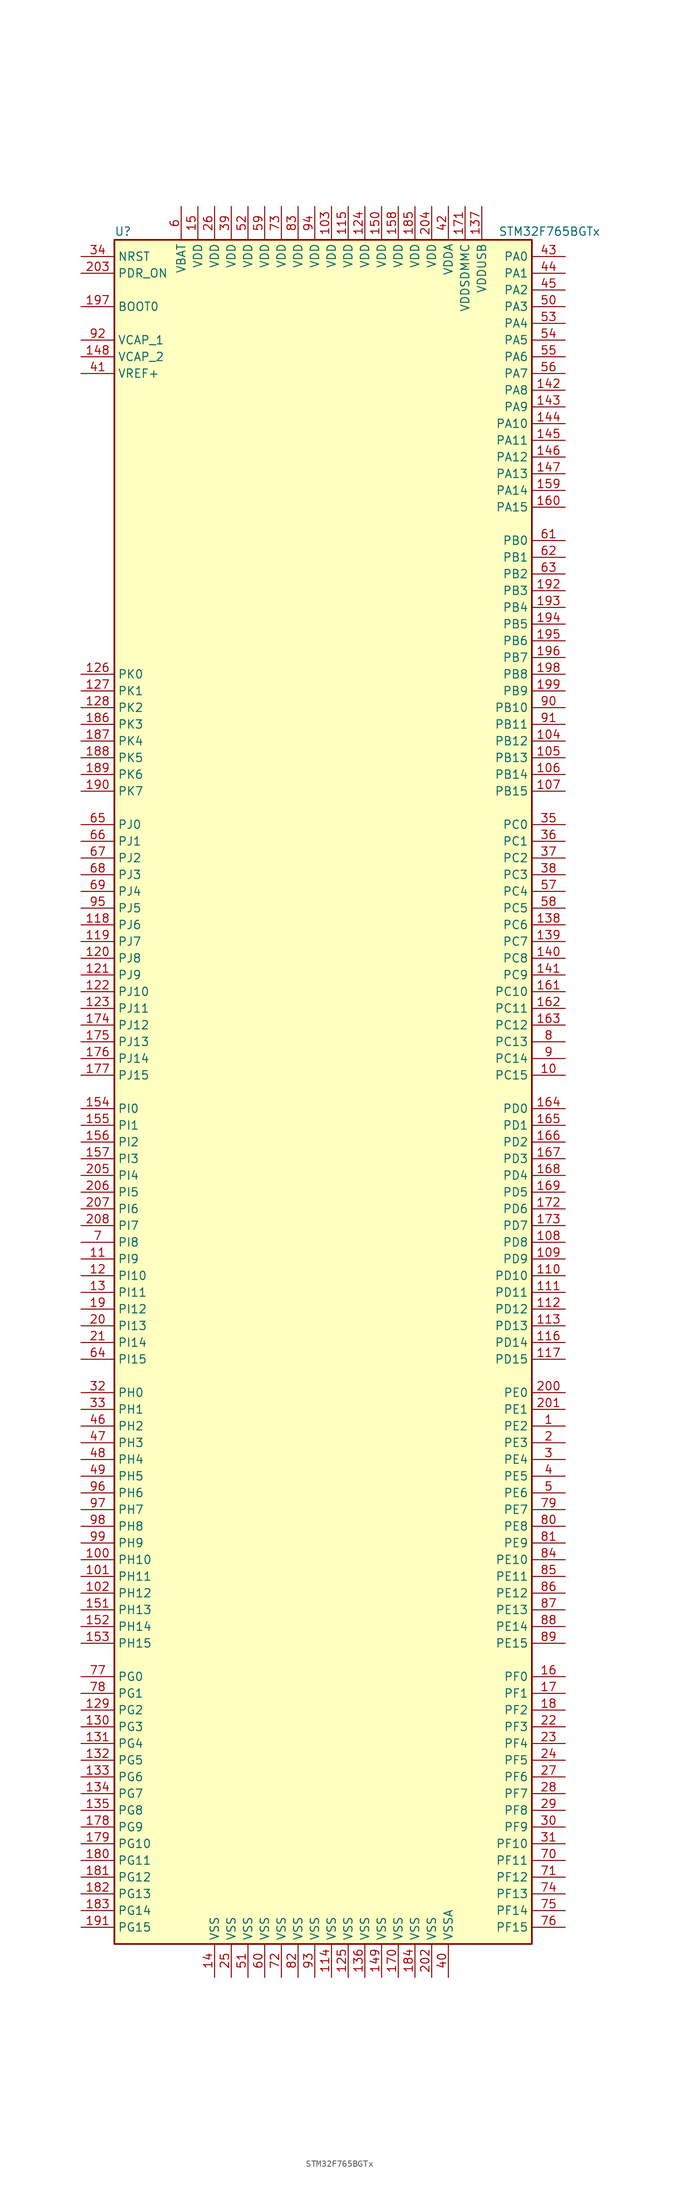
<source format=kicad_sym>
(kicad_symbol_lib
  (version 20201005)
  (generator kicad_symbol_editor)
  (symbol "STM32F765BGTx"
    (property "Reference" "U"
      (at -33.02 130.81 0)
      (effects (font (size 1.27 1.27)) (justify left)))
    (property "Value" "STM32F765BGTx"
      (at 25.4 130.81 0)
      (effects (font (size 1.27 1.27)) (justify left)))
    (symbol "STM32F765BGTx_0_1"
      (rectangle (start -33.02 -129.54) (end 30.48 129.54) (stroke (width 0.254)) (fill (type background))))
    (symbol "STM32F765BGTx_1_1"
      (pin bidirectional line (at 35.56 -50.8 180) (length 5.08) (name "PE2" (effects (font (size 1.27 1.27)))) (number "1" (effects (font (size 1.27 1.27)))))
      (pin bidirectional line (at 35.56 2.54 180) (length 5.08) (name "PC15" (effects (font (size 1.27 1.27)))) (number "10" (effects (font (size 1.27 1.27)))))
      (pin bidirectional line (at -38.1 -71.12 0) (length 5.08) (name "PH10" (effects (font (size 1.27 1.27)))) (number "100" (effects (font (size 1.27 1.27)))))
      (pin bidirectional line (at -38.1 -73.66 0) (length 5.08) (name "PH11" (effects (font (size 1.27 1.27)))) (number "101" (effects (font (size 1.27 1.27)))))
      (pin bidirectional line (at -38.1 -76.2 0) (length 5.08) (name "PH12" (effects (font (size 1.27 1.27)))) (number "102" (effects (font (size 1.27 1.27)))))
      (pin power_in line (at 0 134.62 270) (length 5.08) (name "VDD" (effects (font (size 1.27 1.27)))) (number "103" (effects (font (size 1.27 1.27)))))
      (pin bidirectional line (at 35.56 53.34 180) (length 5.08) (name "PB12" (effects (font (size 1.27 1.27)))) (number "104" (effects (font (size 1.27 1.27)))))
      (pin bidirectional line (at 35.56 50.8 180) (length 5.08) (name "PB13" (effects (font (size 1.27 1.27)))) (number "105" (effects (font (size 1.27 1.27)))))
      (pin bidirectional line (at 35.56 48.26 180) (length 5.08) (name "PB14" (effects (font (size 1.27 1.27)))) (number "106" (effects (font (size 1.27 1.27)))))
      (pin bidirectional line (at 35.56 45.72 180) (length 5.08) (name "PB15" (effects (font (size 1.27 1.27)))) (number "107" (effects (font (size 1.27 1.27)))))
      (pin bidirectional line (at 35.56 -22.86 180) (length 5.08) (name "PD8" (effects (font (size 1.27 1.27)))) (number "108" (effects (font (size 1.27 1.27)))))
      (pin bidirectional line (at 35.56 -25.4 180) (length 5.08) (name "PD9" (effects (font (size 1.27 1.27)))) (number "109" (effects (font (size 1.27 1.27)))))
      (pin bidirectional line (at -38.1 -25.4 0) (length 5.08) (name "PI9" (effects (font (size 1.27 1.27)))) (number "11" (effects (font (size 1.27 1.27)))))
      (pin bidirectional line (at 35.56 -27.94 180) (length 5.08) (name "PD10" (effects (font (size 1.27 1.27)))) (number "110" (effects (font (size 1.27 1.27)))))
      (pin bidirectional line (at 35.56 -30.48 180) (length 5.08) (name "PD11" (effects (font (size 1.27 1.27)))) (number "111" (effects (font (size 1.27 1.27)))))
      (pin bidirectional line (at 35.56 -33.02 180) (length 5.08) (name "PD12" (effects (font (size 1.27 1.27)))) (number "112" (effects (font (size 1.27 1.27)))))
      (pin bidirectional line (at 35.56 -35.56 180) (length 5.08) (name "PD13" (effects (font (size 1.27 1.27)))) (number "113" (effects (font (size 1.27 1.27)))))
      (pin power_in line (at 0 -134.62 90) (length 5.08) (name "VSS" (effects (font (size 1.27 1.27)))) (number "114" (effects (font (size 1.27 1.27)))))
      (pin power_in line (at 2.54 134.62 270) (length 5.08) (name "VDD" (effects (font (size 1.27 1.27)))) (number "115" (effects (font (size 1.27 1.27)))))
      (pin bidirectional line (at 35.56 -38.1 180) (length 5.08) (name "PD14" (effects (font (size 1.27 1.27)))) (number "116" (effects (font (size 1.27 1.27)))))
      (pin bidirectional line (at 35.56 -40.64 180) (length 5.08) (name "PD15" (effects (font (size 1.27 1.27)))) (number "117" (effects (font (size 1.27 1.27)))))
      (pin bidirectional line (at -38.1 25.4 0) (length 5.08) (name "PJ6" (effects (font (size 1.27 1.27)))) (number "118" (effects (font (size 1.27 1.27)))))
      (pin bidirectional line (at -38.1 22.86 0) (length 5.08) (name "PJ7" (effects (font (size 1.27 1.27)))) (number "119" (effects (font (size 1.27 1.27)))))
      (pin bidirectional line (at -38.1 -27.94 0) (length 5.08) (name "PI10" (effects (font (size 1.27 1.27)))) (number "12" (effects (font (size 1.27 1.27)))))
      (pin bidirectional line (at -38.1 20.32 0) (length 5.08) (name "PJ8" (effects (font (size 1.27 1.27)))) (number "120" (effects (font (size 1.27 1.27)))))
      (pin bidirectional line (at -38.1 17.78 0) (length 5.08) (name "PJ9" (effects (font (size 1.27 1.27)))) (number "121" (effects (font (size 1.27 1.27)))))
      (pin bidirectional line (at -38.1 15.24 0) (length 5.08) (name "PJ10" (effects (font (size 1.27 1.27)))) (number "122" (effects (font (size 1.27 1.27)))))
      (pin bidirectional line (at -38.1 12.7 0) (length 5.08) (name "PJ11" (effects (font (size 1.27 1.27)))) (number "123" (effects (font (size 1.27 1.27)))))
      (pin power_in line (at 5.08 134.62 270) (length 5.08) (name "VDD" (effects (font (size 1.27 1.27)))) (number "124" (effects (font (size 1.27 1.27)))))
      (pin power_in line (at 2.54 -134.62 90) (length 5.08) (name "VSS" (effects (font (size 1.27 1.27)))) (number "125" (effects (font (size 1.27 1.27)))))
      (pin bidirectional line (at -38.1 63.5 0) (length 5.08) (name "PK0" (effects (font (size 1.27 1.27)))) (number "126" (effects (font (size 1.27 1.27)))))
      (pin bidirectional line (at -38.1 60.96 0) (length 5.08) (name "PK1" (effects (font (size 1.27 1.27)))) (number "127" (effects (font (size 1.27 1.27)))))
      (pin bidirectional line (at -38.1 58.42 0) (length 5.08) (name "PK2" (effects (font (size 1.27 1.27)))) (number "128" (effects (font (size 1.27 1.27)))))
      (pin bidirectional line (at -38.1 -93.98 0) (length 5.08) (name "PG2" (effects (font (size 1.27 1.27)))) (number "129" (effects (font (size 1.27 1.27)))))
      (pin bidirectional line (at -38.1 -30.48 0) (length 5.08) (name "PI11" (effects (font (size 1.27 1.27)))) (number "13" (effects (font (size 1.27 1.27)))))
      (pin bidirectional line (at -38.1 -96.52 0) (length 5.08) (name "PG3" (effects (font (size 1.27 1.27)))) (number "130" (effects (font (size 1.27 1.27)))))
      (pin bidirectional line (at -38.1 -99.06 0) (length 5.08) (name "PG4" (effects (font (size 1.27 1.27)))) (number "131" (effects (font (size 1.27 1.27)))))
      (pin bidirectional line (at -38.1 -101.6 0) (length 5.08) (name "PG5" (effects (font (size 1.27 1.27)))) (number "132" (effects (font (size 1.27 1.27)))))
      (pin bidirectional line (at -38.1 -104.14 0) (length 5.08) (name "PG6" (effects (font (size 1.27 1.27)))) (number "133" (effects (font (size 1.27 1.27)))))
      (pin bidirectional line (at -38.1 -106.68 0) (length 5.08) (name "PG7" (effects (font (size 1.27 1.27)))) (number "134" (effects (font (size 1.27 1.27)))))
      (pin bidirectional line (at -38.1 -109.22 0) (length 5.08) (name "PG8" (effects (font (size 1.27 1.27)))) (number "135" (effects (font (size 1.27 1.27)))))
      (pin power_in line (at 5.08 -134.62 90) (length 5.08) (name "VSS" (effects (font (size 1.27 1.27)))) (number "136" (effects (font (size 1.27 1.27)))))
      (pin power_in line (at 22.86 134.62 270) (length 5.08) (name "VDDUSB" (effects (font (size 1.27 1.27)))) (number "137" (effects (font (size 1.27 1.27)))))
      (pin bidirectional line (at 35.56 25.4 180) (length 5.08) (name "PC6" (effects (font (size 1.27 1.27)))) (number "138" (effects (font (size 1.27 1.27)))))
      (pin bidirectional line (at 35.56 22.86 180) (length 5.08) (name "PC7" (effects (font (size 1.27 1.27)))) (number "139" (effects (font (size 1.27 1.27)))))
      (pin power_in line (at -17.78 -134.62 90) (length 5.08) (name "VSS" (effects (font (size 1.27 1.27)))) (number "14" (effects (font (size 1.27 1.27)))))
      (pin bidirectional line (at 35.56 20.32 180) (length 5.08) (name "PC8" (effects (font (size 1.27 1.27)))) (number "140" (effects (font (size 1.27 1.27)))))
      (pin bidirectional line (at 35.56 17.78 180) (length 5.08) (name "PC9" (effects (font (size 1.27 1.27)))) (number "141" (effects (font (size 1.27 1.27)))))
      (pin bidirectional line (at 35.56 106.68 180) (length 5.08) (name "PA8" (effects (font (size 1.27 1.27)))) (number "142" (effects (font (size 1.27 1.27)))))
      (pin bidirectional line (at 35.56 104.14 180) (length 5.08) (name "PA9" (effects (font (size 1.27 1.27)))) (number "143" (effects (font (size 1.27 1.27)))))
      (pin bidirectional line (at 35.56 101.6 180) (length 5.08) (name "PA10" (effects (font (size 1.27 1.27)))) (number "144" (effects (font (size 1.27 1.27)))))
      (pin bidirectional line (at 35.56 99.06 180) (length 5.08) (name "PA11" (effects (font (size 1.27 1.27)))) (number "145" (effects (font (size 1.27 1.27)))))
      (pin bidirectional line (at 35.56 96.52 180) (length 5.08) (name "PA12" (effects (font (size 1.27 1.27)))) (number "146" (effects (font (size 1.27 1.27)))))
      (pin bidirectional line (at 35.56 93.98 180) (length 5.08) (name "PA13" (effects (font (size 1.27 1.27)))) (number "147" (effects (font (size 1.27 1.27)))))
      (pin power_in line (at -38.1 111.76 0) (length 5.08) (name "VCAP_2" (effects (font (size 1.27 1.27)))) (number "148" (effects (font (size 1.27 1.27)))))
      (pin power_in line (at 7.62 -134.62 90) (length 5.08) (name "VSS" (effects (font (size 1.27 1.27)))) (number "149" (effects (font (size 1.27 1.27)))))
      (pin power_in line (at -20.32 134.62 270) (length 5.08) (name "VDD" (effects (font (size 1.27 1.27)))) (number "15" (effects (font (size 1.27 1.27)))))
      (pin power_in line (at 7.62 134.62 270) (length 5.08) (name "VDD" (effects (font (size 1.27 1.27)))) (number "150" (effects (font (size 1.27 1.27)))))
      (pin bidirectional line (at -38.1 -78.74 0) (length 5.08) (name "PH13" (effects (font (size 1.27 1.27)))) (number "151" (effects (font (size 1.27 1.27)))))
      (pin bidirectional line (at -38.1 -81.28 0) (length 5.08) (name "PH14" (effects (font (size 1.27 1.27)))) (number "152" (effects (font (size 1.27 1.27)))))
      (pin bidirectional line (at -38.1 -83.82 0) (length 5.08) (name "PH15" (effects (font (size 1.27 1.27)))) (number "153" (effects (font (size 1.27 1.27)))))
      (pin bidirectional line (at -38.1 -2.54 0) (length 5.08) (name "PI0" (effects (font (size 1.27 1.27)))) (number "154" (effects (font (size 1.27 1.27)))))
      (pin bidirectional line (at -38.1 -5.08 0) (length 5.08) (name "PI1" (effects (font (size 1.27 1.27)))) (number "155" (effects (font (size 1.27 1.27)))))
      (pin bidirectional line (at -38.1 -7.62 0) (length 5.08) (name "PI2" (effects (font (size 1.27 1.27)))) (number "156" (effects (font (size 1.27 1.27)))))
      (pin bidirectional line (at -38.1 -10.16 0) (length 5.08) (name "PI3" (effects (font (size 1.27 1.27)))) (number "157" (effects (font (size 1.27 1.27)))))
      (pin power_in line (at 10.16 134.62 270) (length 5.08) (name "VDD" (effects (font (size 1.27 1.27)))) (number "158" (effects (font (size 1.27 1.27)))))
      (pin bidirectional line (at 35.56 91.44 180) (length 5.08) (name "PA14" (effects (font (size 1.27 1.27)))) (number "159" (effects (font (size 1.27 1.27)))))
      (pin bidirectional line (at 35.56 -88.9 180) (length 5.08) (name "PF0" (effects (font (size 1.27 1.27)))) (number "16" (effects (font (size 1.27 1.27)))))
      (pin bidirectional line (at 35.56 88.9 180) (length 5.08) (name "PA15" (effects (font (size 1.27 1.27)))) (number "160" (effects (font (size 1.27 1.27)))))
      (pin bidirectional line (at 35.56 15.24 180) (length 5.08) (name "PC10" (effects (font (size 1.27 1.27)))) (number "161" (effects (font (size 1.27 1.27)))))
      (pin bidirectional line (at 35.56 12.7 180) (length 5.08) (name "PC11" (effects (font (size 1.27 1.27)))) (number "162" (effects (font (size 1.27 1.27)))))
      (pin bidirectional line (at 35.56 10.16 180) (length 5.08) (name "PC12" (effects (font (size 1.27 1.27)))) (number "163" (effects (font (size 1.27 1.27)))))
      (pin bidirectional line (at 35.56 -2.54 180) (length 5.08) (name "PD0" (effects (font (size 1.27 1.27)))) (number "164" (effects (font (size 1.27 1.27)))))
      (pin bidirectional line (at 35.56 -5.08 180) (length 5.08) (name "PD1" (effects (font (size 1.27 1.27)))) (number "165" (effects (font (size 1.27 1.27)))))
      (pin bidirectional line (at 35.56 -7.62 180) (length 5.08) (name "PD2" (effects (font (size 1.27 1.27)))) (number "166" (effects (font (size 1.27 1.27)))))
      (pin bidirectional line (at 35.56 -10.16 180) (length 5.08) (name "PD3" (effects (font (size 1.27 1.27)))) (number "167" (effects (font (size 1.27 1.27)))))
      (pin bidirectional line (at 35.56 -12.7 180) (length 5.08) (name "PD4" (effects (font (size 1.27 1.27)))) (number "168" (effects (font (size 1.27 1.27)))))
      (pin bidirectional line (at 35.56 -15.24 180) (length 5.08) (name "PD5" (effects (font (size 1.27 1.27)))) (number "169" (effects (font (size 1.27 1.27)))))
      (pin bidirectional line (at 35.56 -91.44 180) (length 5.08) (name "PF1" (effects (font (size 1.27 1.27)))) (number "17" (effects (font (size 1.27 1.27)))))
      (pin power_in line (at 10.16 -134.62 90) (length 5.08) (name "VSS" (effects (font (size 1.27 1.27)))) (number "170" (effects (font (size 1.27 1.27)))))
      (pin power_in line (at 20.32 134.62 270) (length 5.08) (name "VDDSDMMC" (effects (font (size 1.27 1.27)))) (number "171" (effects (font (size 1.27 1.27)))))
      (pin bidirectional line (at 35.56 -17.78 180) (length 5.08) (name "PD6" (effects (font (size 1.27 1.27)))) (number "172" (effects (font (size 1.27 1.27)))))
      (pin bidirectional line (at 35.56 -20.32 180) (length 5.08) (name "PD7" (effects (font (size 1.27 1.27)))) (number "173" (effects (font (size 1.27 1.27)))))
      (pin bidirectional line (at -38.1 10.16 0) (length 5.08) (name "PJ12" (effects (font (size 1.27 1.27)))) (number "174" (effects (font (size 1.27 1.27)))))
      (pin bidirectional line (at -38.1 7.62 0) (length 5.08) (name "PJ13" (effects (font (size 1.27 1.27)))) (number "175" (effects (font (size 1.27 1.27)))))
      (pin bidirectional line (at -38.1 5.08 0) (length 5.08) (name "PJ14" (effects (font (size 1.27 1.27)))) (number "176" (effects (font (size 1.27 1.27)))))
      (pin bidirectional line (at -38.1 2.54 0) (length 5.08) (name "PJ15" (effects (font (size 1.27 1.27)))) (number "177" (effects (font (size 1.27 1.27)))))
      (pin bidirectional line (at -38.1 -111.76 0) (length 5.08) (name "PG9" (effects (font (size 1.27 1.27)))) (number "178" (effects (font (size 1.27 1.27)))))
      (pin bidirectional line (at -38.1 -114.3 0) (length 5.08) (name "PG10" (effects (font (size 1.27 1.27)))) (number "179" (effects (font (size 1.27 1.27)))))
      (pin bidirectional line (at 35.56 -93.98 180) (length 5.08) (name "PF2" (effects (font (size 1.27 1.27)))) (number "18" (effects (font (size 1.27 1.27)))))
      (pin bidirectional line (at -38.1 -116.84 0) (length 5.08) (name "PG11" (effects (font (size 1.27 1.27)))) (number "180" (effects (font (size 1.27 1.27)))))
      (pin bidirectional line (at -38.1 -119.38 0) (length 5.08) (name "PG12" (effects (font (size 1.27 1.27)))) (number "181" (effects (font (size 1.27 1.27)))))
      (pin bidirectional line (at -38.1 -121.92 0) (length 5.08) (name "PG13" (effects (font (size 1.27 1.27)))) (number "182" (effects (font (size 1.27 1.27)))))
      (pin bidirectional line (at -38.1 -124.46 0) (length 5.08) (name "PG14" (effects (font (size 1.27 1.27)))) (number "183" (effects (font (size 1.27 1.27)))))
      (pin power_in line (at 12.7 -134.62 90) (length 5.08) (name "VSS" (effects (font (size 1.27 1.27)))) (number "184" (effects (font (size 1.27 1.27)))))
      (pin power_in line (at 12.7 134.62 270) (length 5.08) (name "VDD" (effects (font (size 1.27 1.27)))) (number "185" (effects (font (size 1.27 1.27)))))
      (pin bidirectional line (at -38.1 55.88 0) (length 5.08) (name "PK3" (effects (font (size 1.27 1.27)))) (number "186" (effects (font (size 1.27 1.27)))))
      (pin bidirectional line (at -38.1 53.34 0) (length 5.08) (name "PK4" (effects (font (size 1.27 1.27)))) (number "187" (effects (font (size 1.27 1.27)))))
      (pin bidirectional line (at -38.1 50.8 0) (length 5.08) (name "PK5" (effects (font (size 1.27 1.27)))) (number "188" (effects (font (size 1.27 1.27)))))
      (pin bidirectional line (at -38.1 48.26 0) (length 5.08) (name "PK6" (effects (font (size 1.27 1.27)))) (number "189" (effects (font (size 1.27 1.27)))))
      (pin bidirectional line (at -38.1 -33.02 0) (length 5.08) (name "PI12" (effects (font (size 1.27 1.27)))) (number "19" (effects (font (size 1.27 1.27)))))
      (pin bidirectional line (at -38.1 45.72 0) (length 5.08) (name "PK7" (effects (font (size 1.27 1.27)))) (number "190" (effects (font (size 1.27 1.27)))))
      (pin bidirectional line (at -38.1 -127 0) (length 5.08) (name "PG15" (effects (font (size 1.27 1.27)))) (number "191" (effects (font (size 1.27 1.27)))))
      (pin bidirectional line (at 35.56 76.2 180) (length 5.08) (name "PB3" (effects (font (size 1.27 1.27)))) (number "192" (effects (font (size 1.27 1.27)))))
      (pin bidirectional line (at 35.56 73.66 180) (length 5.08) (name "PB4" (effects (font (size 1.27 1.27)))) (number "193" (effects (font (size 1.27 1.27)))))
      (pin bidirectional line (at 35.56 71.12 180) (length 5.08) (name "PB5" (effects (font (size 1.27 1.27)))) (number "194" (effects (font (size 1.27 1.27)))))
      (pin bidirectional line (at 35.56 68.58 180) (length 5.08) (name "PB6" (effects (font (size 1.27 1.27)))) (number "195" (effects (font (size 1.27 1.27)))))
      (pin bidirectional line (at 35.56 66.04 180) (length 5.08) (name "PB7" (effects (font (size 1.27 1.27)))) (number "196" (effects (font (size 1.27 1.27)))))
      (pin input line (at -38.1 119.38 0) (length 5.08) (name "BOOT0" (effects (font (size 1.27 1.27)))) (number "197" (effects (font (size 1.27 1.27)))))
      (pin bidirectional line (at 35.56 63.5 180) (length 5.08) (name "PB8" (effects (font (size 1.27 1.27)))) (number "198" (effects (font (size 1.27 1.27)))))
      (pin bidirectional line (at 35.56 60.96 180) (length 5.08) (name "PB9" (effects (font (size 1.27 1.27)))) (number "199" (effects (font (size 1.27 1.27)))))
      (pin bidirectional line (at 35.56 -53.34 180) (length 5.08) (name "PE3" (effects (font (size 1.27 1.27)))) (number "2" (effects (font (size 1.27 1.27)))))
      (pin bidirectional line (at -38.1 -35.56 0) (length 5.08) (name "PI13" (effects (font (size 1.27 1.27)))) (number "20" (effects (font (size 1.27 1.27)))))
      (pin bidirectional line (at 35.56 -45.72 180) (length 5.08) (name "PE0" (effects (font (size 1.27 1.27)))) (number "200" (effects (font (size 1.27 1.27)))))
      (pin bidirectional line (at 35.56 -48.26 180) (length 5.08) (name "PE1" (effects (font (size 1.27 1.27)))) (number "201" (effects (font (size 1.27 1.27)))))
      (pin power_in line (at 15.24 -134.62 90) (length 5.08) (name "VSS" (effects (font (size 1.27 1.27)))) (number "202" (effects (font (size 1.27 1.27)))))
      (pin input line (at -38.1 124.46 0) (length 5.08) (name "PDR_ON" (effects (font (size 1.27 1.27)))) (number "203" (effects (font (size 1.27 1.27)))))
      (pin power_in line (at 15.24 134.62 270) (length 5.08) (name "VDD" (effects (font (size 1.27 1.27)))) (number "204" (effects (font (size 1.27 1.27)))))
      (pin bidirectional line (at -38.1 -12.7 0) (length 5.08) (name "PI4" (effects (font (size 1.27 1.27)))) (number "205" (effects (font (size 1.27 1.27)))))
      (pin bidirectional line (at -38.1 -15.24 0) (length 5.08) (name "PI5" (effects (font (size 1.27 1.27)))) (number "206" (effects (font (size 1.27 1.27)))))
      (pin bidirectional line (at -38.1 -17.78 0) (length 5.08) (name "PI6" (effects (font (size 1.27 1.27)))) (number "207" (effects (font (size 1.27 1.27)))))
      (pin bidirectional line (at -38.1 -20.32 0) (length 5.08) (name "PI7" (effects (font (size 1.27 1.27)))) (number "208" (effects (font (size 1.27 1.27)))))
      (pin bidirectional line (at -38.1 -38.1 0) (length 5.08) (name "PI14" (effects (font (size 1.27 1.27)))) (number "21" (effects (font (size 1.27 1.27)))))
      (pin bidirectional line (at 35.56 -96.52 180) (length 5.08) (name "PF3" (effects (font (size 1.27 1.27)))) (number "22" (effects (font (size 1.27 1.27)))))
      (pin bidirectional line (at 35.56 -99.06 180) (length 5.08) (name "PF4" (effects (font (size 1.27 1.27)))) (number "23" (effects (font (size 1.27 1.27)))))
      (pin bidirectional line (at 35.56 -101.6 180) (length 5.08) (name "PF5" (effects (font (size 1.27 1.27)))) (number "24" (effects (font (size 1.27 1.27)))))
      (pin power_in line (at -15.24 -134.62 90) (length 5.08) (name "VSS" (effects (font (size 1.27 1.27)))) (number "25" (effects (font (size 1.27 1.27)))))
      (pin power_in line (at -17.78 134.62 270) (length 5.08) (name "VDD" (effects (font (size 1.27 1.27)))) (number "26" (effects (font (size 1.27 1.27)))))
      (pin bidirectional line (at 35.56 -104.14 180) (length 5.08) (name "PF6" (effects (font (size 1.27 1.27)))) (number "27" (effects (font (size 1.27 1.27)))))
      (pin bidirectional line (at 35.56 -106.68 180) (length 5.08) (name "PF7" (effects (font (size 1.27 1.27)))) (number "28" (effects (font (size 1.27 1.27)))))
      (pin bidirectional line (at 35.56 -109.22 180) (length 5.08) (name "PF8" (effects (font (size 1.27 1.27)))) (number "29" (effects (font (size 1.27 1.27)))))
      (pin bidirectional line (at 35.56 -55.88 180) (length 5.08) (name "PE4" (effects (font (size 1.27 1.27)))) (number "3" (effects (font (size 1.27 1.27)))))
      (pin bidirectional line (at 35.56 -111.76 180) (length 5.08) (name "PF9" (effects (font (size 1.27 1.27)))) (number "30" (effects (font (size 1.27 1.27)))))
      (pin bidirectional line (at 35.56 -114.3 180) (length 5.08) (name "PF10" (effects (font (size 1.27 1.27)))) (number "31" (effects (font (size 1.27 1.27)))))
      (pin input line (at -38.1 -45.72 0) (length 5.08) (name "PH0" (effects (font (size 1.27 1.27)))) (number "32" (effects (font (size 1.27 1.27)))))
      (pin input line (at -38.1 -48.26 0) (length 5.08) (name "PH1" (effects (font (size 1.27 1.27)))) (number "33" (effects (font (size 1.27 1.27)))))
      (pin input line (at -38.1 127 0) (length 5.08) (name "NRST" (effects (font (size 1.27 1.27)))) (number "34" (effects (font (size 1.27 1.27)))))
      (pin bidirectional line (at 35.56 40.64 180) (length 5.08) (name "PC0" (effects (font (size 1.27 1.27)))) (number "35" (effects (font (size 1.27 1.27)))))
      (pin bidirectional line (at 35.56 38.1 180) (length 5.08) (name "PC1" (effects (font (size 1.27 1.27)))) (number "36" (effects (font (size 1.27 1.27)))))
      (pin bidirectional line (at 35.56 35.56 180) (length 5.08) (name "PC2" (effects (font (size 1.27 1.27)))) (number "37" (effects (font (size 1.27 1.27)))))
      (pin bidirectional line (at 35.56 33.02 180) (length 5.08) (name "PC3" (effects (font (size 1.27 1.27)))) (number "38" (effects (font (size 1.27 1.27)))))
      (pin power_in line (at -15.24 134.62 270) (length 5.08) (name "VDD" (effects (font (size 1.27 1.27)))) (number "39" (effects (font (size 1.27 1.27)))))
      (pin bidirectional line (at 35.56 -58.42 180) (length 5.08) (name "PE5" (effects (font (size 1.27 1.27)))) (number "4" (effects (font (size 1.27 1.27)))))
      (pin power_in line (at 17.78 -134.62 90) (length 5.08) (name "VSSA" (effects (font (size 1.27 1.27)))) (number "40" (effects (font (size 1.27 1.27)))))
      (pin power_in line (at -38.1 109.22 0) (length 5.08) (name "VREF+" (effects (font (size 1.27 1.27)))) (number "41" (effects (font (size 1.27 1.27)))))
      (pin power_in line (at 17.78 134.62 270) (length 5.08) (name "VDDA" (effects (font (size 1.27 1.27)))) (number "42" (effects (font (size 1.27 1.27)))))
      (pin bidirectional line (at 35.56 127 180) (length 5.08) (name "PA0" (effects (font (size 1.27 1.27)))) (number "43" (effects (font (size 1.27 1.27)))))
      (pin bidirectional line (at 35.56 124.46 180) (length 5.08) (name "PA1" (effects (font (size 1.27 1.27)))) (number "44" (effects (font (size 1.27 1.27)))))
      (pin bidirectional line (at 35.56 121.92 180) (length 5.08) (name "PA2" (effects (font (size 1.27 1.27)))) (number "45" (effects (font (size 1.27 1.27)))))
      (pin bidirectional line (at -38.1 -50.8 0) (length 5.08) (name "PH2" (effects (font (size 1.27 1.27)))) (number "46" (effects (font (size 1.27 1.27)))))
      (pin bidirectional line (at -38.1 -53.34 0) (length 5.08) (name "PH3" (effects (font (size 1.27 1.27)))) (number "47" (effects (font (size 1.27 1.27)))))
      (pin bidirectional line (at -38.1 -55.88 0) (length 5.08) (name "PH4" (effects (font (size 1.27 1.27)))) (number "48" (effects (font (size 1.27 1.27)))))
      (pin bidirectional line (at -38.1 -58.42 0) (length 5.08) (name "PH5" (effects (font (size 1.27 1.27)))) (number "49" (effects (font (size 1.27 1.27)))))
      (pin bidirectional line (at 35.56 -60.96 180) (length 5.08) (name "PE6" (effects (font (size 1.27 1.27)))) (number "5" (effects (font (size 1.27 1.27)))))
      (pin bidirectional line (at 35.56 119.38 180) (length 5.08) (name "PA3" (effects (font (size 1.27 1.27)))) (number "50" (effects (font (size 1.27 1.27)))))
      (pin power_in line (at -12.7 -134.62 90) (length 5.08) (name "VSS" (effects (font (size 1.27 1.27)))) (number "51" (effects (font (size 1.27 1.27)))))
      (pin power_in line (at -12.7 134.62 270) (length 5.08) (name "VDD" (effects (font (size 1.27 1.27)))) (number "52" (effects (font (size 1.27 1.27)))))
      (pin bidirectional line (at 35.56 116.84 180) (length 5.08) (name "PA4" (effects (font (size 1.27 1.27)))) (number "53" (effects (font (size 1.27 1.27)))))
      (pin bidirectional line (at 35.56 114.3 180) (length 5.08) (name "PA5" (effects (font (size 1.27 1.27)))) (number "54" (effects (font (size 1.27 1.27)))))
      (pin bidirectional line (at 35.56 111.76 180) (length 5.08) (name "PA6" (effects (font (size 1.27 1.27)))) (number "55" (effects (font (size 1.27 1.27)))))
      (pin bidirectional line (at 35.56 109.22 180) (length 5.08) (name "PA7" (effects (font (size 1.27 1.27)))) (number "56" (effects (font (size 1.27 1.27)))))
      (pin bidirectional line (at 35.56 30.48 180) (length 5.08) (name "PC4" (effects (font (size 1.27 1.27)))) (number "57" (effects (font (size 1.27 1.27)))))
      (pin bidirectional line (at 35.56 27.94 180) (length 5.08) (name "PC5" (effects (font (size 1.27 1.27)))) (number "58" (effects (font (size 1.27 1.27)))))
      (pin power_in line (at -10.16 134.62 270) (length 5.08) (name "VDD" (effects (font (size 1.27 1.27)))) (number "59" (effects (font (size 1.27 1.27)))))
      (pin power_in line (at -22.86 134.62 270) (length 5.08) (name "VBAT" (effects (font (size 1.27 1.27)))) (number "6" (effects (font (size 1.27 1.27)))))
      (pin power_in line (at -10.16 -134.62 90) (length 5.08) (name "VSS" (effects (font (size 1.27 1.27)))) (number "60" (effects (font (size 1.27 1.27)))))
      (pin bidirectional line (at 35.56 83.82 180) (length 5.08) (name "PB0" (effects (font (size 1.27 1.27)))) (number "61" (effects (font (size 1.27 1.27)))))
      (pin bidirectional line (at 35.56 81.28 180) (length 5.08) (name "PB1" (effects (font (size 1.27 1.27)))) (number "62" (effects (font (size 1.27 1.27)))))
      (pin bidirectional line (at 35.56 78.74 180) (length 5.08) (name "PB2" (effects (font (size 1.27 1.27)))) (number "63" (effects (font (size 1.27 1.27)))))
      (pin bidirectional line (at -38.1 -40.64 0) (length 5.08) (name "PI15" (effects (font (size 1.27 1.27)))) (number "64" (effects (font (size 1.27 1.27)))))
      (pin bidirectional line (at -38.1 40.64 0) (length 5.08) (name "PJ0" (effects (font (size 1.27 1.27)))) (number "65" (effects (font (size 1.27 1.27)))))
      (pin bidirectional line (at -38.1 38.1 0) (length 5.08) (name "PJ1" (effects (font (size 1.27 1.27)))) (number "66" (effects (font (size 1.27 1.27)))))
      (pin bidirectional line (at -38.1 35.56 0) (length 5.08) (name "PJ2" (effects (font (size 1.27 1.27)))) (number "67" (effects (font (size 1.27 1.27)))))
      (pin bidirectional line (at -38.1 33.02 0) (length 5.08) (name "PJ3" (effects (font (size 1.27 1.27)))) (number "68" (effects (font (size 1.27 1.27)))))
      (pin bidirectional line (at -38.1 30.48 0) (length 5.08) (name "PJ4" (effects (font (size 1.27 1.27)))) (number "69" (effects (font (size 1.27 1.27)))))
      (pin bidirectional line (at -38.1 -22.86 0) (length 5.08) (name "PI8" (effects (font (size 1.27 1.27)))) (number "7" (effects (font (size 1.27 1.27)))))
      (pin bidirectional line (at 35.56 -116.84 180) (length 5.08) (name "PF11" (effects (font (size 1.27 1.27)))) (number "70" (effects (font (size 1.27 1.27)))))
      (pin bidirectional line (at 35.56 -119.38 180) (length 5.08) (name "PF12" (effects (font (size 1.27 1.27)))) (number "71" (effects (font (size 1.27 1.27)))))
      (pin power_in line (at -7.62 -134.62 90) (length 5.08) (name "VSS" (effects (font (size 1.27 1.27)))) (number "72" (effects (font (size 1.27 1.27)))))
      (pin power_in line (at -7.62 134.62 270) (length 5.08) (name "VDD" (effects (font (size 1.27 1.27)))) (number "73" (effects (font (size 1.27 1.27)))))
      (pin bidirectional line (at 35.56 -121.92 180) (length 5.08) (name "PF13" (effects (font (size 1.27 1.27)))) (number "74" (effects (font (size 1.27 1.27)))))
      (pin bidirectional line (at 35.56 -124.46 180) (length 5.08) (name "PF14" (effects (font (size 1.27 1.27)))) (number "75" (effects (font (size 1.27 1.27)))))
      (pin bidirectional line (at 35.56 -127 180) (length 5.08) (name "PF15" (effects (font (size 1.27 1.27)))) (number "76" (effects (font (size 1.27 1.27)))))
      (pin bidirectional line (at -38.1 -88.9 0) (length 5.08) (name "PG0" (effects (font (size 1.27 1.27)))) (number "77" (effects (font (size 1.27 1.27)))))
      (pin bidirectional line (at -38.1 -91.44 0) (length 5.08) (name "PG1" (effects (font (size 1.27 1.27)))) (number "78" (effects (font (size 1.27 1.27)))))
      (pin bidirectional line (at 35.56 -63.5 180) (length 5.08) (name "PE7" (effects (font (size 1.27 1.27)))) (number "79" (effects (font (size 1.27 1.27)))))
      (pin bidirectional line (at 35.56 7.62 180) (length 5.08) (name "PC13" (effects (font (size 1.27 1.27)))) (number "8" (effects (font (size 1.27 1.27)))))
      (pin bidirectional line (at 35.56 -66.04 180) (length 5.08) (name "PE8" (effects (font (size 1.27 1.27)))) (number "80" (effects (font (size 1.27 1.27)))))
      (pin bidirectional line (at 35.56 -68.58 180) (length 5.08) (name "PE9" (effects (font (size 1.27 1.27)))) (number "81" (effects (font (size 1.27 1.27)))))
      (pin power_in line (at -5.08 -134.62 90) (length 5.08) (name "VSS" (effects (font (size 1.27 1.27)))) (number "82" (effects (font (size 1.27 1.27)))))
      (pin power_in line (at -5.08 134.62 270) (length 5.08) (name "VDD" (effects (font (size 1.27 1.27)))) (number "83" (effects (font (size 1.27 1.27)))))
      (pin bidirectional line (at 35.56 -71.12 180) (length 5.08) (name "PE10" (effects (font (size 1.27 1.27)))) (number "84" (effects (font (size 1.27 1.27)))))
      (pin bidirectional line (at 35.56 -73.66 180) (length 5.08) (name "PE11" (effects (font (size 1.27 1.27)))) (number "85" (effects (font (size 1.27 1.27)))))
      (pin bidirectional line (at 35.56 -76.2 180) (length 5.08) (name "PE12" (effects (font (size 1.27 1.27)))) (number "86" (effects (font (size 1.27 1.27)))))
      (pin bidirectional line (at 35.56 -78.74 180) (length 5.08) (name "PE13" (effects (font (size 1.27 1.27)))) (number "87" (effects (font (size 1.27 1.27)))))
      (pin bidirectional line (at 35.56 -81.28 180) (length 5.08) (name "PE14" (effects (font (size 1.27 1.27)))) (number "88" (effects (font (size 1.27 1.27)))))
      (pin bidirectional line (at 35.56 -83.82 180) (length 5.08) (name "PE15" (effects (font (size 1.27 1.27)))) (number "89" (effects (font (size 1.27 1.27)))))
      (pin bidirectional line (at 35.56 5.08 180) (length 5.08) (name "PC14" (effects (font (size 1.27 1.27)))) (number "9" (effects (font (size 1.27 1.27)))))
      (pin bidirectional line (at 35.56 58.42 180) (length 5.08) (name "PB10" (effects (font (size 1.27 1.27)))) (number "90" (effects (font (size 1.27 1.27)))))
      (pin bidirectional line (at 35.56 55.88 180) (length 5.08) (name "PB11" (effects (font (size 1.27 1.27)))) (number "91" (effects (font (size 1.27 1.27)))))
      (pin power_in line (at -38.1 114.3 0) (length 5.08) (name "VCAP_1" (effects (font (size 1.27 1.27)))) (number "92" (effects (font (size 1.27 1.27)))))
      (pin power_in line (at -2.54 -134.62 90) (length 5.08) (name "VSS" (effects (font (size 1.27 1.27)))) (number "93" (effects (font (size 1.27 1.27)))))
      (pin power_in line (at -2.54 134.62 270) (length 5.08) (name "VDD" (effects (font (size 1.27 1.27)))) (number "94" (effects (font (size 1.27 1.27)))))
      (pin bidirectional line (at -38.1 27.94 0) (length 5.08) (name "PJ5" (effects (font (size 1.27 1.27)))) (number "95" (effects (font (size 1.27 1.27)))))
      (pin bidirectional line (at -38.1 -60.96 0) (length 5.08) (name "PH6" (effects (font (size 1.27 1.27)))) (number "96" (effects (font (size 1.27 1.27)))))
      (pin bidirectional line (at -38.1 -63.5 0) (length 5.08) (name "PH7" (effects (font (size 1.27 1.27)))) (number "97" (effects (font (size 1.27 1.27)))))
      (pin bidirectional line (at -38.1 -66.04 0) (length 5.08) (name "PH8" (effects (font (size 1.27 1.27)))) (number "98" (effects (font (size 1.27 1.27)))))
      (pin bidirectional line (at -38.1 -68.58 0) (length 5.08) (name "PH9" (effects (font (size 1.27 1.27)))) (number "99" (effects (font (size 1.27 1.27))))))))
</source>
